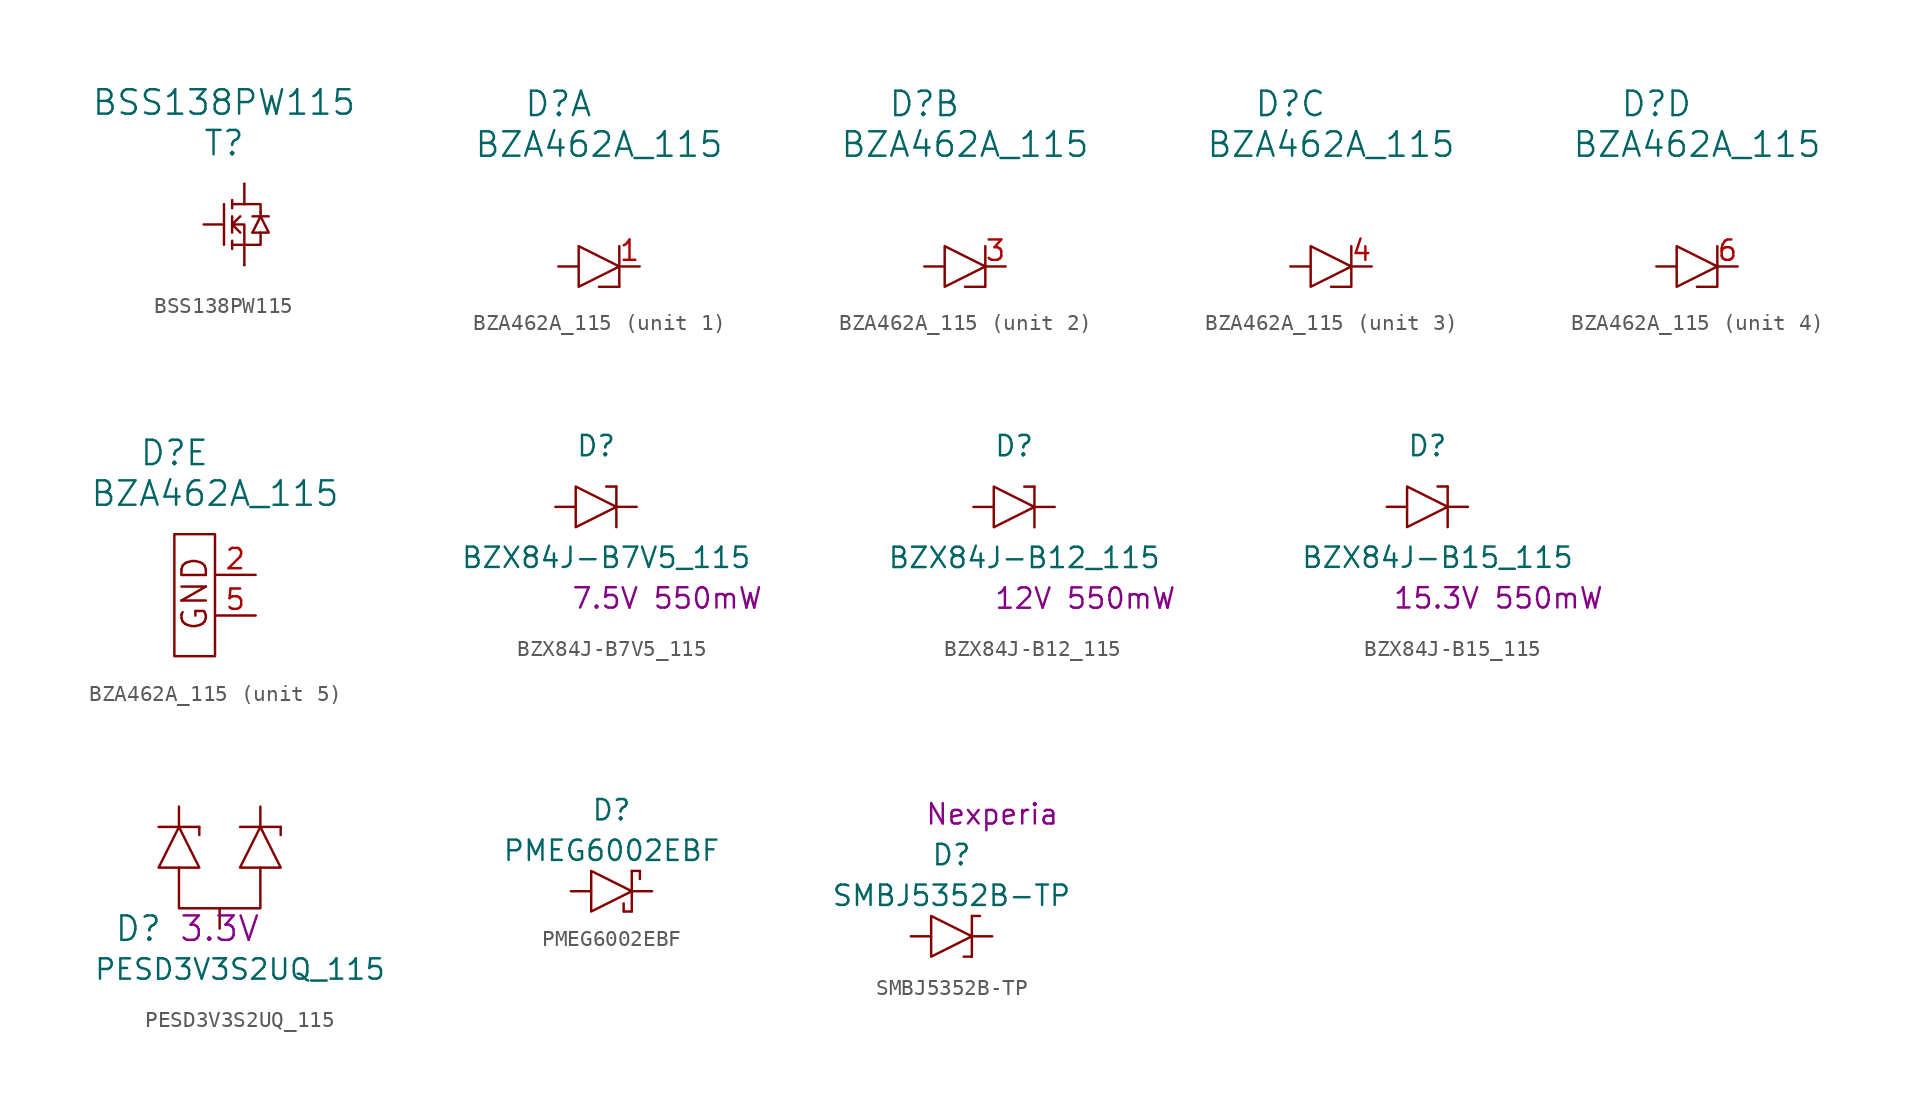
<source format=kicad_sym>
(kicad_symbol_lib
  (version 20220914)
  (generator kicad_symbol_editor)
  (symbol "BSS138PW115"
    (pin_numbers hide)
    (pin_names
      (offset 1.016) hide)
    (property "Reference" "T"
      (at -1.27 5.08 0)
      (effects (font (size 1.524 1.524))))
    (property "Value" "BSS138PW115"
      (at -1.27 7.62 0)
      (effects (font (size 1.524 1.524))))
    (symbol "BSS138PW115_0_1"
      (polyline (pts (xy -1.27 1.27) (xy -1.27 -1.27)) (stroke (width 0) (type solid)) (fill (type none)))
      (polyline (pts (xy -0.762 -1.016) (xy -0.762 -1.524)) (stroke (width 0) (type solid)) (fill (type none)))
      (polyline (pts (xy -0.762 0) (xy -0.254 -0.508)) (stroke (width 0) (type solid)) (fill (type none)))
      (polyline (pts (xy -0.762 0) (xy -0.254 0.508)) (stroke (width 0) (type solid)) (fill (type none)))
      (polyline (pts (xy -0.762 0.508) (xy -0.762 -0.508)) (stroke (width 0) (type solid)) (fill (type none)))
      (polyline (pts (xy -0.762 1.524) (xy -0.762 1.016)) (stroke (width 0) (type solid)) (fill (type none)))
      (polyline (pts (xy 0 -1.27) (xy 0 -2.54)) (stroke (width 0) (type solid)) (fill (type none)))
      (polyline (pts (xy 0 1.27) (xy 0 2.54)) (stroke (width 0) (type solid)) (fill (type none)))
      (polyline (pts (xy 0.508 -0.508) (xy 1.016 0.508)) (stroke (width 0) (type solid)) (fill (type none)))
      (polyline (pts (xy 0.508 0.508) (xy 1.524 0.508)) (stroke (width 0) (type solid)) (fill (type none)))
      (polyline (pts (xy 1.016 0.508) (xy 1.016 0.762)) (stroke (width 0) (type solid)) (fill (type none)))
      (polyline (pts (xy -0.762 -1.27) (xy 1.016 -1.27) (xy 1.016 -0.508)) (stroke (width 0) (type solid)) (fill (type none)))
      (polyline (pts (xy -0.762 0) (xy 0 0) (xy 0 -1.27)) (stroke (width 0) (type solid)) (fill (type none)))
      (polyline (pts (xy -0.762 1.27) (xy 1.016 1.27) (xy 1.016 0.762)) (stroke (width 0) (type solid)) (fill (type none)))
      (polyline (pts (xy 0.508 -0.508) (xy 1.524 -0.508) (xy 1.016 0.508)) (stroke (width 0) (type solid)) (fill (type none))))
    (symbol "BSS138PW115_1_1"
      (pin input line (at -2.54 0 0) (length 1.27) (name "G" (effects (font (size 1.27 1.27)))) (number "1" (effects (font (size 1.27 1.27)))))
      (pin passive line (at 0 -2.54 0) (length 0) (name "S" (effects (font (size 1.27 1.27)))) (number "2" (effects (font (size 1.27 1.27)))))
      (pin input line (at 0 2.54 0) (length 0) (name "D" (effects (font (size 1.27 1.27)))) (number "3" (effects (font (size 1.27 1.27)))))))
  (symbol "BZA462A_115"
    (pin_names
      (offset 1.016) hide)
    (property "Reference" "D"
      (at 0 12.7 0)
      (effects (font (size 1.524 1.524))))
    (property "Value" "BZA462A_115"
      (at 2.54 10.16 0)
      (effects (font (size 1.524 1.524))))
    (property "Datasheet" ""
      (at 0 12.7 0)
      (effects (font (size 1.524 1.524))))
    (property "ki_locked" ""
      (at 0 0 0)
      (effects (font (size 1.27 1.27))))
    (symbol "BZA462A_115_1_1"
      (polyline (pts (xy 0 2.54) (xy 1.27 2.54)) (stroke (width 0) (type solid)) (fill (type none)))
      (polyline (pts (xy 2.54 1.27) (xy 3.81 1.27)) (stroke (width 0) (type solid)) (fill (type none)))
      (polyline (pts (xy 3.81 3.81) (xy 3.81 1.27)) (stroke (width 0) (type solid)) (fill (type none)))
      (polyline (pts (xy 1.27 3.81) (xy 3.81 2.54) (xy 1.27 1.27) (xy 1.27 3.81)) (stroke (width 0) (type solid)) (fill (type none)))
      (pin passive line (at 5.08 2.54 180) (length 1.27) (name "C1" (effects (font (size 1.27 1.27)))) (number "1" (effects (font (size 1.27 1.27))))))
    (symbol "BZA462A_115_2_1"
      (polyline (pts (xy 1.27 2.54) (xy 0 2.54)) (stroke (width 0) (type solid)) (fill (type none)))
      (polyline (pts (xy 3.81 3.81) (xy 3.81 1.27) (xy 2.54 1.27)) (stroke (width 0) (type solid)) (fill (type none)))
      (polyline (pts (xy 3.81 2.54) (xy 1.27 3.81) (xy 1.27 1.27) (xy 3.81 2.54)) (stroke (width 0) (type solid)) (fill (type none)))
      (pin passive line (at 5.08 2.54 180) (length 1.27) (name "C2" (effects (font (size 1.27 1.27)))) (number "3" (effects (font (size 1.27 1.27))))))
    (symbol "BZA462A_115_3_1"
      (polyline (pts (xy 1.27 2.54) (xy 0.635 2.54) (xy 0 2.54)) (stroke (width 0) (type solid)) (fill (type none)))
      (polyline (pts (xy 3.81 3.81) (xy 3.81 1.27) (xy 2.54 1.27)) (stroke (width 0) (type solid)) (fill (type none)))
      (polyline (pts (xy 3.81 2.54) (xy 1.27 3.81) (xy 1.27 1.27) (xy 3.81 2.54)) (stroke (width 0) (type solid)) (fill (type none)))
      (pin passive line (at 5.08 2.54 180) (length 1.27) (name "C3" (effects (font (size 1.27 1.27)))) (number "4" (effects (font (size 1.27 1.27))))))
    (symbol "BZA462A_115_4_1"
      (polyline (pts (xy 0 2.54) (xy 0.635 2.54) (xy 1.27 2.54)) (stroke (width 0) (type solid)) (fill (type none)))
      (polyline (pts (xy 3.81 3.81) (xy 3.81 1.27) (xy 2.54 1.27)) (stroke (width 0) (type solid)) (fill (type none)))
      (polyline (pts (xy 3.81 2.54) (xy 1.27 3.81) (xy 1.27 1.27) (xy 3.81 2.54)) (stroke (width 0) (type solid)) (fill (type none)))
      (pin passive line (at 5.08 2.54 180) (length 1.27) (name "C4" (effects (font (size 1.27 1.27)))) (number "6" (effects (font (size 1.27 1.27))))))
    (symbol "BZA462A_115_5_1"
      (rectangle (start 0 0) (end 2.54 7.62) (stroke (width 0) (type solid)) (fill (type none)))
      (text "GND" (at 1.27 3.912 900) (effects (font (size 1.524 1.524))))
      (pin passive line (at 5.08 5.08 180) (length 2.54) (name "GND1" (effects (font (size 1.27 1.27)))) (number "2" (effects (font (size 1.27 1.27)))))
      (pin passive line (at 5.08 2.54 180) (length 2.54) (name "GND2" (effects (font (size 1.27 1.27)))) (number "5" (effects (font (size 1.27 1.27)))))))
  (symbol "BZX84J-B7V5_115"
    (pin_numbers hide)
    (pin_names
      (offset 1.016) hide)
    (property "Reference" "D"
      (at 0 3.81 0)
      (effects (font (size 1.27 1.27))))
    (property "Value" "BZX84J-B7V5_115"
      (at 0.635 -3.175 0)
      (effects (font (size 1.27 1.27))))
    (property "Rating" "7.5V 550mW"
      (at 4.445 -5.715 0)
      (effects (font (size 1.27 1.27))))
    (symbol "BZX84J-B7V5_115_0_1"
      (polyline (pts (xy 0.635 1.27) (xy 1.27 1.27)) (stroke (width 0) (type solid)) (fill (type none))))
    (symbol "BZX84J-B7V5_115_1_1"
      (polyline (pts (xy 1.27 1.27) (xy 1.27 -1.27)) (stroke (width 0) (type solid)) (fill (type none)))
      (polyline (pts (xy -1.27 1.27) (xy -1.27 -1.27) (xy 1.27 0) (xy -1.27 1.27)) (stroke (width 0) (type solid)) (fill (type none)))
      (pin passive line (at -2.54 0 0) (length 1.27) (name "A" (effects (font (size 1.27 1.27)))) (number "A" (effects (font (size 1.27 1.27)))))
      (pin passive line (at 2.54 0 180) (length 1.27) (name "C" (effects (font (size 1.27 1.27)))) (number "C" (effects (font (size 1.27 1.27)))))))
  (symbol "BZX84J-B12_115"
    (pin_numbers hide)
    (pin_names
      (offset 1.016) hide)
    (property "Reference" "D"
      (at 0 3.81 0)
      (effects (font (size 1.27 1.27))))
    (property "Value" "BZX84J-B12_115"
      (at 0.635 -3.175 0)
      (effects (font (size 1.27 1.27))))
    (property "Rating" "12V 550mW"
      (at 4.445 -5.715 0)
      (effects (font (size 1.27 1.27))))
    (symbol "BZX84J-B12_115_0_1"
      (polyline (pts (xy 0.635 1.27) (xy 1.27 1.27)) (stroke (width 0) (type solid)) (fill (type none))))
    (symbol "BZX84J-B12_115_1_1"
      (polyline (pts (xy 1.27 1.27) (xy 1.27 -1.27)) (stroke (width 0) (type solid)) (fill (type none)))
      (polyline (pts (xy -1.27 1.27) (xy -1.27 -1.27) (xy 1.27 0) (xy -1.27 1.27)) (stroke (width 0) (type solid)) (fill (type none)))
      (pin passive line (at -2.54 0 0) (length 1.27) (name "A" (effects (font (size 1.27 1.27)))) (number "A" (effects (font (size 1.27 1.27)))))
      (pin passive line (at 2.54 0 180) (length 1.27) (name "C" (effects (font (size 1.27 1.27)))) (number "C" (effects (font (size 1.27 1.27)))))))
  (symbol "BZX84J-B15_115"
    (pin_numbers hide)
    (pin_names
      (offset 1.016) hide)
    (property "Reference" "D"
      (at 0 3.81 0)
      (effects (font (size 1.27 1.27))))
    (property "Value" "BZX84J-B15_115"
      (at 0.635 -3.175 0)
      (effects (font (size 1.27 1.27))))
    (property "Rating" "15.3V 550mW"
      (at 4.445 -5.715 0)
      (effects (font (size 1.27 1.27))))
    (symbol "BZX84J-B15_115_0_1"
      (polyline (pts (xy 0.635 1.27) (xy 1.27 1.27)) (stroke (width 0) (type solid)) (fill (type none))))
    (symbol "BZX84J-B15_115_1_1"
      (polyline (pts (xy 1.27 1.27) (xy 1.27 -1.27)) (stroke (width 0) (type solid)) (fill (type none)))
      (polyline (pts (xy -1.27 1.27) (xy -1.27 -1.27) (xy 1.27 0) (xy -1.27 1.27)) (stroke (width 0) (type solid)) (fill (type none)))
      (pin passive line (at -2.54 0 0) (length 1.27) (name "A" (effects (font (size 1.27 1.27)))) (number "A" (effects (font (size 1.27 1.27)))))
      (pin passive line (at 2.54 0 180) (length 1.27) (name "C" (effects (font (size 1.27 1.27)))) (number "C" (effects (font (size 1.27 1.27)))))))
  (symbol "PESD3V3S2UQ_115"
    (pin_numbers hide)
    (pin_names
      (offset 1.016) hide)
    (property "Reference" "D"
      (at -2.54 0 0)
      (effects (font (size 1.524 1.524))))
    (property "Value" "PESD3V3S2UQ_115"
      (at 3.81 -2.54 0)
      (effects (font (size 1.27 1.27))))
    (property "Voltage" "3.3V"
      (at 2.54 0 0)
      (effects (font (size 1.524 1.524))))
    (symbol "PESD3V3S2UQ_115_0_1"
      (polyline (pts (xy -1.27 6.35) (xy 1.27 6.35)) (stroke (width 0) (type solid)) (fill (type none)))
      (polyline (pts (xy 1.27 5.842) (xy 1.27 6.35)) (stroke (width 0) (type solid)) (fill (type none)))
      (polyline (pts (xy 3.81 6.35) (xy 6.35 6.35)) (stroke (width 0) (type solid)) (fill (type none)))
      (polyline (pts (xy 6.35 5.842) (xy 6.35 6.35)) (stroke (width 0) (type solid)) (fill (type none)))
      (polyline (pts (xy 0 3.81) (xy 0 1.27) (xy 5.08 1.27) (xy 5.08 3.81)) (stroke (width 0) (type solid)) (fill (type none)))
      (polyline (pts (xy 0 3.81) (xy -1.27 3.81) (xy 0 6.35) (xy 1.27 3.81) (xy 0 3.81)) (stroke (width 0) (type solid)) (fill (type none)))
      (polyline (pts (xy 5.08 3.81) (xy 3.81 3.81) (xy 5.08 6.35) (xy 6.35 3.81) (xy 5.08 3.81)) (stroke (width 0) (type solid)) (fill (type none))))
    (symbol "PESD3V3S2UQ_115_1_1"
      (pin passive line (at 0 7.62 270) (length 1.27) (name "K1" (effects (font (size 1.27 1.27)))) (number "1" (effects (font (size 1.27 1.27)))))
      (pin passive line (at 5.08 7.62 270) (length 1.27) (name "K2" (effects (font (size 1.27 1.27)))) (number "2" (effects (font (size 1.27 1.27)))))
      (pin passive line (at 2.54 0 90) (length 1.27) (name "A" (effects (font (size 1.27 1.27)))) (number "3" (effects (font (size 1.27 1.27)))))))
  (symbol "PMEG6002EBF"
    (pin_numbers hide)
    (pin_names
      (offset 1.016) hide)
    (property "Reference" "D"
      (at 0 5.08 0)
      (effects (font (size 1.27 1.27))))
    (property "Value" "PMEG6002EBF"
      (at 0 2.54 0)
      (effects (font (size 1.27 1.27))))
    (symbol "PMEG6002EBF_0_1"
      (polyline (pts (xy 0.762 -1.27) (xy 1.27 -1.27)) (stroke (width 0) (type solid)) (fill (type none)))
      (polyline (pts (xy 0.762 -0.762) (xy 0.762 -1.27)) (stroke (width 0) (type solid)) (fill (type none)))
      (polyline (pts (xy 1.27 1.27) (xy 1.27 -1.27)) (stroke (width 0) (type solid)) (fill (type none)))
      (polyline (pts (xy 1.778 0.762) (xy 1.778 1.27)) (stroke (width 0) (type solid)) (fill (type none)))
      (polyline (pts (xy 1.778 1.27) (xy 1.27 1.27)) (stroke (width 0) (type solid)) (fill (type none)))
      (polyline (pts (xy -1.27 0) (xy -1.27 1.27) (xy 1.27 0) (xy -1.27 -1.27) (xy -1.27 0)) (stroke (width 0) (type solid)) (fill (type none))))
    (symbol "PMEG6002EBF_1_1"
      (pin passive line (at -2.54 0 0) (length 1.27) (name "A" (effects (font (size 1.27 1.27)))) (number "A" (effects (font (size 1.27 1.27)))))
      (pin passive line (at 2.54 0 180) (length 1.27) (name "C" (effects (font (size 1.27 1.27)))) (number "C" (effects (font (size 1.27 1.27)))))))
  (symbol "SMBJ5352B-TP"
    (pin_numbers hide)
    (pin_names
      (offset 1.016) hide)
    (property "Reference" "D"
      (at 0 5.08 0)
      (effects (font (size 1.27 1.27))))
    (property "Value" "SMBJ5352B-TP"
      (at 0 2.54 0)
      (effects (font (size 1.27 1.27))))
    (property "Footprint" ""
      (at -2.54 2.54 0)
      (effects (font (size 1.524 1.524))))
    (property "Datasheet" ""
      (at 0 5.08 0)
      (effects (font (size 1.524 1.524))))
    (property "Manufacturer" "Nexperia"
      (at 2.54 7.62 0)
      (effects (font (size 1.27 1.27))))
    (symbol "SMBJ5352B-TP_0_1"
      (polyline (pts (xy 0.762 -1.27) (xy 1.27 -1.27)) (stroke (width 0) (type solid)) (fill (type none)))
      (polyline (pts (xy 1.27 1.27) (xy 1.27 -1.27)) (stroke (width 0) (type solid)) (fill (type none)))
      (polyline (pts (xy 1.778 1.27) (xy 1.27 1.27)) (stroke (width 0) (type solid)) (fill (type none)))
      (polyline (pts (xy -1.27 0) (xy -1.27 1.27) (xy 1.27 0) (xy -1.27 -1.27) (xy -1.27 0)) (stroke (width 0) (type solid)) (fill (type none))))
    (symbol "SMBJ5352B-TP_1_1"
      (pin input line (at -2.54 0 0) (length 1.27) (name "A" (effects (font (size 1.27 1.27)))) (number "A" (effects (font (size 1.27 1.27)))))
      (pin input line (at 2.54 0 180) (length 1.27) (name "C" (effects (font (size 1.27 1.27)))) (number "C" (effects (font (size 1.27 1.27))))))))
</source>
